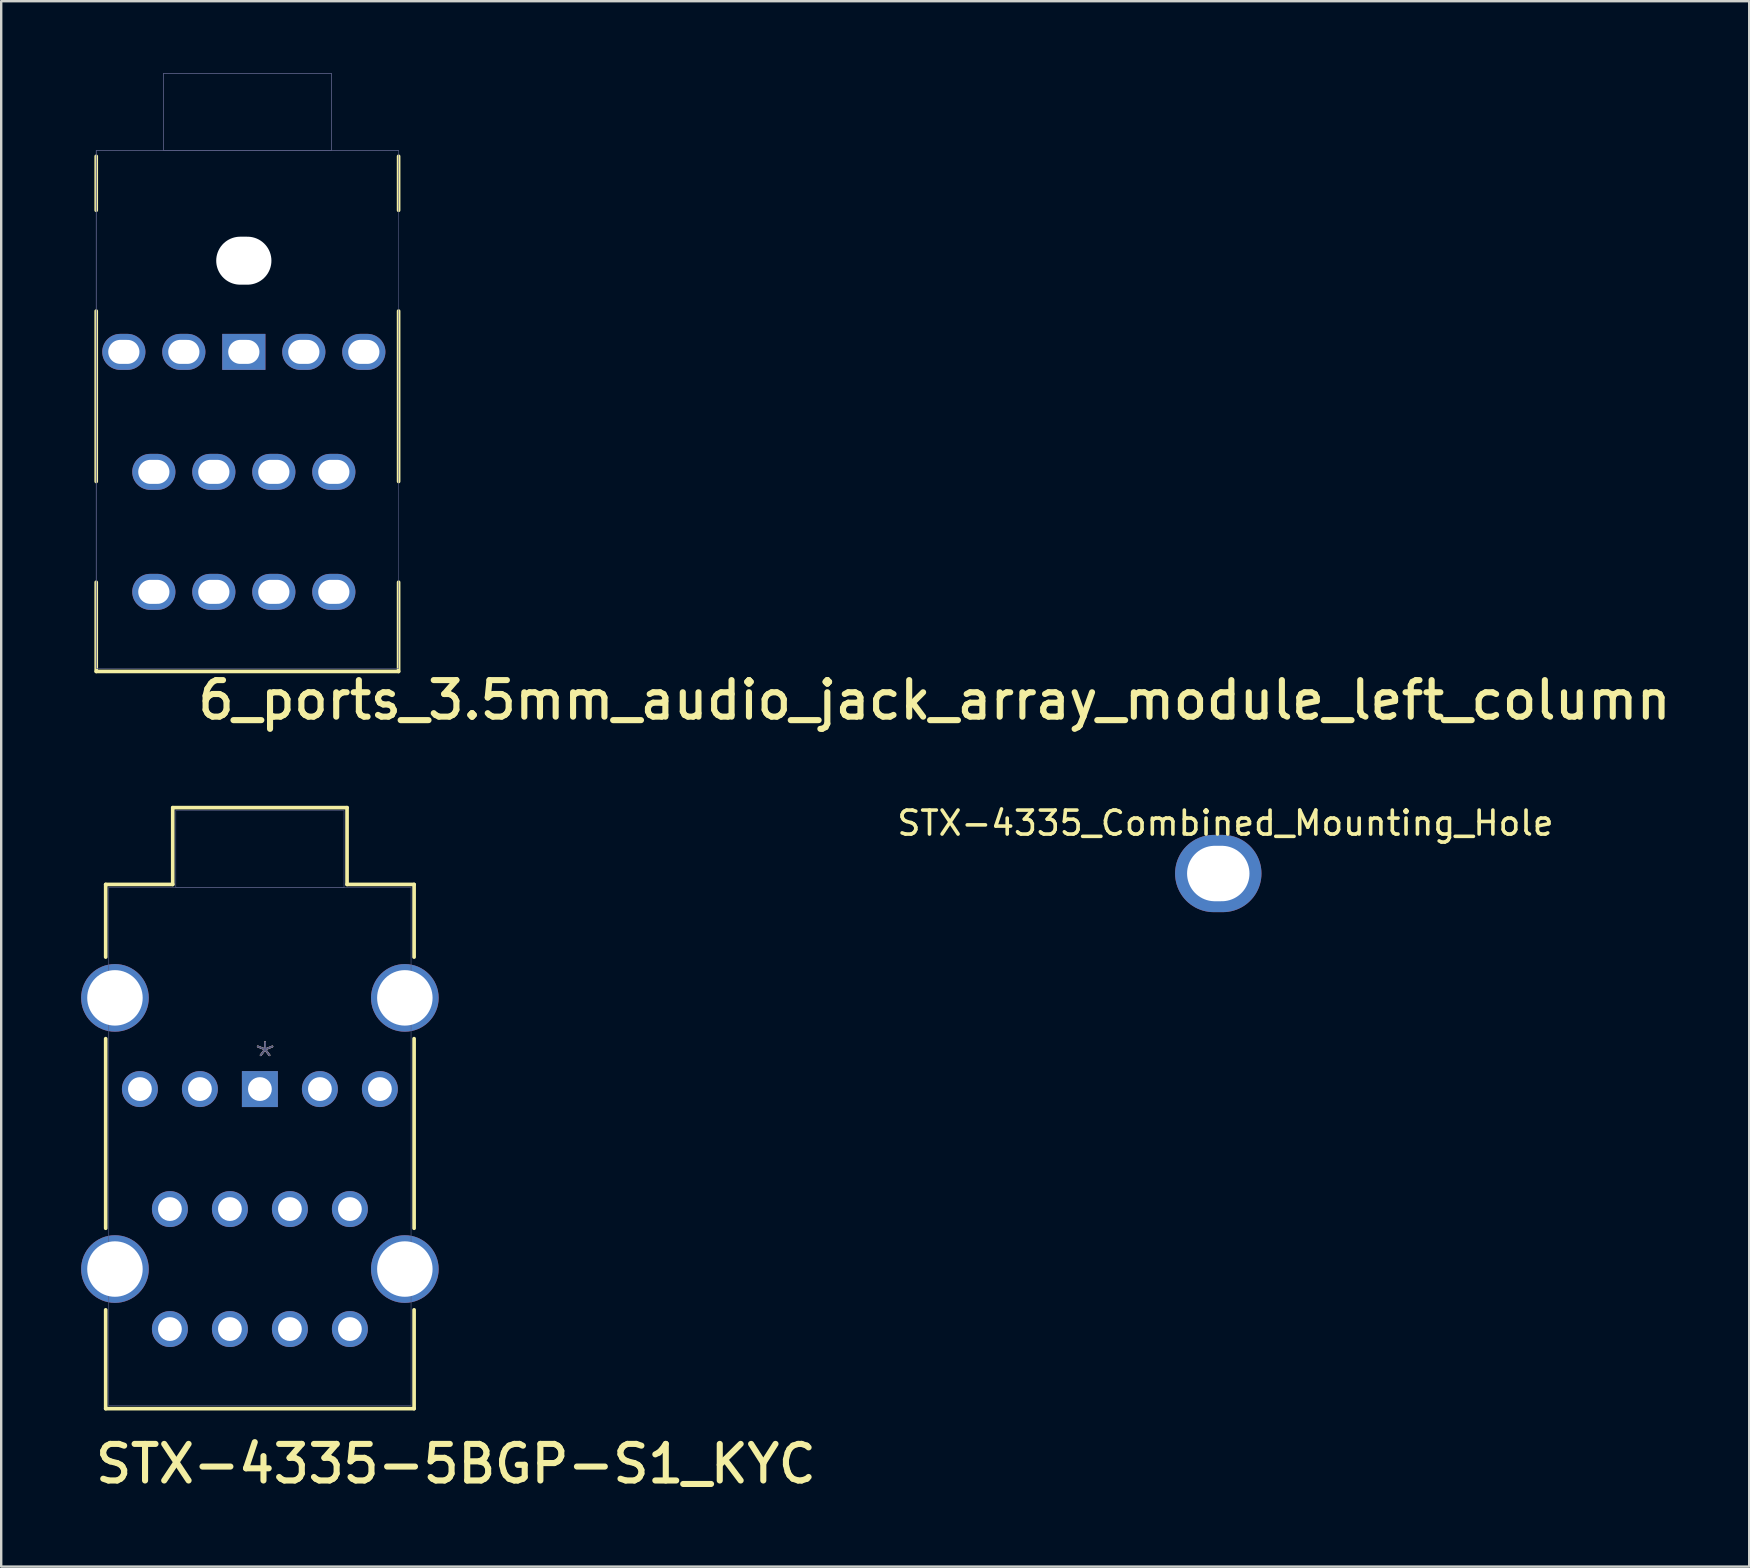
<source format=kicad_pcb>
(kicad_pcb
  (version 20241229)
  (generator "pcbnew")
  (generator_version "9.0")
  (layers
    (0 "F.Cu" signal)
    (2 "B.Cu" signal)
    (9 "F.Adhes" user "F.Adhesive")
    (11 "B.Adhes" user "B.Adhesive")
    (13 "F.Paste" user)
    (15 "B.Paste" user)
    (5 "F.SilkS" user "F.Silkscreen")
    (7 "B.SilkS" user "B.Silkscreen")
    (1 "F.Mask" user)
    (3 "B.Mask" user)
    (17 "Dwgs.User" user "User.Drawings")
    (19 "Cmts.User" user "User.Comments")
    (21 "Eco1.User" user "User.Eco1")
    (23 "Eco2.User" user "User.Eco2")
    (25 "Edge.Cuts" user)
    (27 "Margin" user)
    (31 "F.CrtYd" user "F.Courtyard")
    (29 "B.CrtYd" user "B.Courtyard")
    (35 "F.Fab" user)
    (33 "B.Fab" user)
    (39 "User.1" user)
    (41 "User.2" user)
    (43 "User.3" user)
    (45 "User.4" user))
  (footprint "STX-4335-5BGP-S1_KYC"
    (layer "F.Cu")
    (at 7.78 42.332)
    (property "Reference" "STX-4335-5BGP-S1_KYC" (at -6.985 16.51 0) (unlocked yes) (layer "F.SilkS") (effects (font (size 1.524 1.524) (thickness 0.254)) (justify left bottom)))
    (fp_line (start -6.426 -8.527) (end -6.426 -5.499) (stroke (width 0.152) (type solid)) (layer "F.SilkS"))
    (fp_line (start -6.426 -8.527) (end -3.632 -8.527) (stroke (width 0.152) (type solid)) (layer "F.SilkS"))
    (fp_line (start -6.426 -2.101) (end -6.426 5.801) (stroke (width 0.152) (type solid)) (layer "F.SilkS"))
    (fp_line (start -6.426 9.199) (end -6.426 13.317) (stroke (width 0.152) (type solid)) (layer "F.SilkS"))
    (fp_line (start -6.426 13.317) (end 6.426 13.317) (stroke (width 0.152) (type solid)) (layer "F.SilkS"))
    (fp_line (start -3.632 -11.727) (end -3.632 -8.527) (stroke (width 0.152) (type solid)) (layer "F.SilkS"))
    (fp_line (start -3.632 -11.727) (end 3.632 -11.727) (stroke (width 0.152) (type solid)) (layer "F.SilkS"))
    (fp_line (start 3.632 -11.727) (end 3.632 -8.527) (stroke (width 0.152) (type solid)) (layer "F.SilkS"))
    (fp_line (start 3.632 -8.527) (end 6.426 -8.527) (stroke (width 0.152) (type solid)) (layer "F.SilkS"))
    (fp_line (start 6.426 -8.527) (end 6.426 -5.499) (stroke (width 0.152) (type solid)) (layer "F.SilkS"))
    (fp_line (start 6.426 -2.101) (end 6.426 5.801) (stroke (width 0.152) (type solid)) (layer "F.SilkS"))
    (fp_line (start 6.426 9.199) (end 6.426 13.317) (stroke (width 0.152) (type solid)) (layer "F.SilkS"))
    (fp_line (start -7.704 -5.464) (end -7.704 -2.136) (stroke (width 0.152) (type solid)) (layer "Eco1.User"))
    (fp_line (start -7.704 -5.464) (end -6.553 -5.464) (stroke (width 0.152) (type solid)) (layer "Eco1.User"))
    (fp_line (start -7.704 -2.136) (end -6.553 -2.136) (stroke (width 0.152) (type solid)) (layer "Eco1.User"))
    (fp_line (start -7.704 5.836) (end -7.704 9.164) (stroke (width 0.152) (type solid)) (layer "Eco1.User"))
    (fp_line (start -7.704 5.836) (end -6.553 5.836) (stroke (width 0.152) (type solid)) (layer "Eco1.User"))
    (fp_line (start -7.704 9.164) (end -6.553 9.164) (stroke (width 0.152) (type solid)) (layer "Eco1.User"))
    (fp_line (start -6.553 -8.654) (end -6.553 -5.464) (stroke (width 0.152) (type solid)) (layer "Eco1.User"))
    (fp_line (start -6.553 -8.654) (end -3.759 -8.654) (stroke (width 0.152) (type solid)) (layer "Eco1.User"))
    (fp_line (start -6.553 -2.136) (end -6.553 5.836) (stroke (width 0.152) (type solid)) (layer "Eco1.User"))
    (fp_line (start -6.553 9.164) (end -6.553 13.444) (stroke (width 0.152) (type solid)) (layer "Eco1.User"))
    (fp_line (start -6.553 13.444) (end 6.553 13.444) (stroke (width 0.152) (type solid)) (layer "Eco1.User"))
    (fp_line (start -3.759 -11.854) (end -3.759 -8.654) (stroke (width 0.152) (type solid)) (layer "Eco1.User"))
    (fp_line (start -3.759 -11.854) (end 3.759 -11.854) (stroke (width 0.152) (type solid)) (layer "Eco1.User"))
    (fp_line (start 3.759 -11.854) (end 3.759 -8.654) (stroke (width 0.152) (type solid)) (layer "Eco1.User"))
    (fp_line (start 3.759 -8.654) (end 6.553 -8.654) (stroke (width 0.152) (type solid)) (layer "Eco1.User"))
    (fp_line (start 6.553 -8.654) (end 6.553 -5.464) (stroke (width 0.152) (type solid)) (layer "Eco1.User"))
    (fp_line (start 6.553 -5.464) (end 7.704 -5.464) (stroke (width 0.152) (type solid)) (layer "Eco1.User"))
    (fp_line (start 6.553 -2.136) (end 6.553 5.836) (stroke (width 0.152) (type solid)) (layer "Eco1.User"))
    (fp_line (start 6.553 -2.136) (end 7.704 -2.136) (stroke (width 0.152) (type solid)) (layer "Eco1.User"))
    (fp_line (start 6.553 5.836) (end 7.704 5.836) (stroke (width 0.152) (type solid)) (layer "Eco1.User"))
    (fp_line (start 6.553 9.164) (end 6.553 13.444) (stroke (width 0.152) (type solid)) (layer "Eco1.User"))
    (fp_line (start 6.553 9.164) (end 7.704 9.164) (stroke (width 0.152) (type solid)) (layer "Eco1.User"))
    (fp_line (start 7.704 -5.464) (end 7.704 -2.136) (stroke (width 0.152) (type solid)) (layer "Eco1.User"))
    (fp_line (start 7.704 5.836) (end 7.704 9.164) (stroke (width 0.152) (type solid)) (layer "Eco1.User"))
    (fp_line (start -6.299 -8.4) (end -6.299 13.19) (stroke (width 0.025) (type solid)) (layer "B.Fab"))
    (fp_line (start -6.299 -8.4) (end 6.299 -8.4) (stroke (width 0.025) (type solid)) (layer "B.Fab"))
    (fp_line (start -6.299 13.19) (end 6.299 13.19) (stroke (width 0.025) (type solid)) (layer "B.Fab"))
    (fp_line (start -3.505 -11.6) (end -3.505 -8.4) (stroke (width 0.025) (type solid)) (layer "B.Fab"))
    (fp_line (start -3.505 -11.6) (end 3.505 -11.6) (stroke (width 0.025) (type solid)) (layer "B.Fab"))
    (fp_line (start -3.505 -8.4) (end 3.505 -8.4) (stroke (width 0.025) (type solid)) (layer "B.Fab"))
    (fp_line (start 3.505 -11.6) (end 3.505 -8.4) (stroke (width 0.025) (type solid)) (layer "B.Fab"))
    (fp_line (start 6.299 -8.4) (end 6.299 13.19) (stroke (width 0.025) (type solid)) (layer "B.Fab"))
    (fp_text user "*" (at -0.318 -0.526 0) (unlocked yes) (layer "F.SilkS") (effects (font (size 1.27 1.27) (thickness 0.076)) (justify left bottom)))
    (fp_text user "*" (at -0.318 -0.526 0) (unlocked yes) (layer "B.SilkS") (effects (font (size 1.27 1.27) (thickness 0.076)) (justify left bottom)))
    (fp_text user "*" (at -0.318 -0.526 0) (unlocked yes) (layer "B.Fab") (effects (font (size 1.27 1.27) (thickness 0.076)) (justify left bottom)))
    (pad "1" thru_hole rect (at 0 0) (size 1.499 1.499) (drill 0.991) (layers "*.Cu" "*.Mask"))
    (pad "2" thru_hole circle (at 5 -0.000036) (size 1.499 1.499) (drill 0.991) (layers "*.Cu" "*.Mask"))
    (pad "3" thru_hole circle (at 2.5 -0.000036) (size 1.499 1.499) (drill 0.991) (layers "*.Cu" "*.Mask"))
    (pad "4" thru_hole circle (at -2.5 -0.000036) (size 1.499 1.499) (drill 0.991) (layers "*.Cu" "*.Mask"))
    (pad "5" thru_hole circle (at -5 -0.000036) (size 1.499 1.499) (drill 0.991) (layers "*.Cu" "*.Mask"))
    (pad "22" thru_hole circle (at 3.75 5) (size 1.499 1.499) (drill 0.991) (layers "*.Cu" "*.Mask"))
    (pad "23" thru_hole circle (at 1.25 5) (size 1.499 1.499) (drill 0.991) (layers "*.Cu" "*.Mask"))
    (pad "24" thru_hole circle (at -1.25 5) (size 1.499 1.499) (drill 0.991) (layers "*.Cu" "*.Mask"))
    (pad "25" thru_hole circle (at -3.75 5) (size 1.499 1.499) (drill 0.991) (layers "*.Cu" "*.Mask"))
    (pad "32" thru_hole circle (at 3.75 10) (size 1.499 1.499) (drill 0.991) (layers "*.Cu" "*.Mask"))
    (pad "33" thru_hole circle (at 1.25 10) (size 1.499 1.499) (drill 0.991) (layers "*.Cu" "*.Mask"))
    (pad "34" thru_hole circle (at -1.25 10) (size 1.499 1.499) (drill 0.991) (layers "*.Cu" "*.Mask"))
    (pad "35" thru_hole circle (at -3.75 10) (size 1.499 1.499) (drill 0.991) (layers "*.Cu" "*.Mask"))
    (pad "M1" thru_hole circle (at -6.04 -3.8) (size 2.819 2.819) (drill 2.311) (layers "*.Cu" "*.Mask"))
    (pad "M2" thru_hole circle (at 6.04 -3.8) (size 2.819 2.819) (drill 2.311) (layers "*.Cu" "*.Mask"))
    (pad "M3" thru_hole circle (at -6.04 7.5) (size 2.819 2.819) (drill 2.311) (layers "*.Cu" "*.Mask"))
    (pad "M4" thru_hole circle (at 6.04 7.5) (size 2.819 2.819) (drill 2.311) (layers "*.Cu" "*.Mask")))
  (footprint "6_ports_3.5mm_audio_jack_array_module_left_column"
    (layer "F.Cu")
    (at 0.96 11.613)
    (property "Reference" "6_ports_3.5mm_audio_jack_array_module_left_column" (at 4.1 15.4 0) (unlocked yes) (layer "F.SilkS") (effects (font (size 1.524 1.524) (thickness 0.254)) (justify left bottom)))
    (fp_line (start 0 -8.15) (end 0 -5.899) (stroke (width 0.152) (type solid)) (layer "F.SilkS"))
    (fp_line (start 0 -1.701) (end 0 5.401) (stroke (width 0.152) (type solid)) (layer "F.SilkS"))
    (fp_line (start 0 9.599) (end 0 13.317) (stroke (width 0.152) (type solid)) (layer "F.SilkS"))
    (fp_line (start 0 13.317) (end 12.6 13.317) (stroke (width 0.152) (type solid)) (layer "F.SilkS"))
    (fp_line (start 12.6 -8.15) (end 12.6 -5.899) (stroke (width 0.152) (type solid)) (layer "F.SilkS"))
    (fp_line (start 12.6 -1.701) (end 12.6 5.401) (stroke (width 0.152) (type solid)) (layer "F.SilkS"))
    (fp_line (start 12.6 9.599) (end 12.6 13.317) (stroke (width 0.152) (type solid)) (layer "F.SilkS"))
    (fp_line (start -0.001 -8.4) (end -0.001 13.19) (stroke (width 0.025) (type solid)) (layer "B.Fab"))
    (fp_line (start 0.001 -8.4) (end 0.001 13.19) (stroke (width 0.025) (type solid)) (layer "B.Fab"))
    (fp_line (start 0.001 -8.4) (end 12.599 -8.4) (stroke (width 0.025) (type solid)) (layer "B.Fab"))
    (fp_line (start 0.001 -8.4) (end 12.599 -8.4) (stroke (width 0.025) (type solid)) (layer "B.Fab"))
    (fp_line (start 0.001 13.19) (end 12.599 13.19) (stroke (width 0.025) (type solid)) (layer "B.Fab"))
    (fp_line (start 2.795 -11.6) (end 2.795 -8.4) (stroke (width 0.025) (type solid)) (layer "B.Fab"))
    (fp_line (start 2.795 -11.6) (end 2.795 -8.4) (stroke (width 0.025) (type solid)) (layer "B.Fab"))
    (fp_line (start 2.795 -11.6) (end 9.805 -11.6) (stroke (width 0.025) (type solid)) (layer "B.Fab"))
    (fp_line (start 2.795 -11.6) (end 9.805 -11.6) (stroke (width 0.025) (type solid)) (layer "B.Fab"))
    (fp_line (start 2.795 -8.4) (end 9.805 -8.4) (stroke (width 0.025) (type solid)) (layer "B.Fab"))
    (fp_line (start 2.795 -8.4) (end 9.805 -8.4) (stroke (width 0.025) (type solid)) (layer "B.Fab"))
    (fp_line (start 9.805 -11.6) (end 9.805 -8.4) (stroke (width 0.025) (type solid)) (layer "B.Fab"))
    (fp_line (start 9.805 -11.6) (end 9.805 -8.4) (stroke (width 0.025) (type solid)) (layer "B.Fab"))
    (fp_line (start 12.599 -8.4) (end 12.599 13.19) (stroke (width 0.025) (type solid)) (layer "B.Fab"))
    (fp_circle (center 1.3 0) (end 1.4 0.2) (stroke (width 0.12) (type solid)) (fill no) (layer "User.1"))
    (fp_circle (center 6.3 0) (end 6.5 0.2) (stroke (width 0.12) (type solid)) (fill no) (layer "User.1"))
    (fp_circle (center 0.25 -3.8) (end 1.4 -3.8) (stroke (width 0.12) (type solid)) (fill no) (layer "User.2"))
    (fp_circle (center 0.25 7.5) (end 1.4 7.5) (stroke (width 0.12) (type solid)) (fill no) (layer "User.2"))
    (fp_circle (center 1 0) (end 1.2 0.1) (stroke (width 0.12) (type solid)) (fill no) (layer "User.2"))
    (fp_circle (center 6 0) (end 6.2 0.1) (stroke (width 0.12) (type solid)) (fill no) (layer "User.2"))
    (fp_circle (center 12.35 -3.8) (end 13.5 -3.8) (stroke (width 0.12) (type solid)) (fill no) (layer "User.2"))
    (fp_circle (center 12.35 7.5) (end 13.5 7.5) (stroke (width 0.12) (type solid)) (fill no) (layer "User.2"))
    (pad "" np_thru_hole oval (at 6.15 -3.8) (size 2.3 2) (drill oval 2.3 2) (layers "*.Cu" "*.Mask"))
    (pad "1A" thru_hole rect (at 6.15 0) (size 1.8 1.499) (drill oval 1.3 1) (layers "*.Cu" "*.Mask"))
    (pad "2A" thru_hole oval (at 11.15 -0.000036) (size 1.8 1.5) (drill oval 1.3 1) (layers "*.Cu" "*.Mask"))
    (pad "3A" thru_hole oval (at 8.65 -0.000036) (size 1.8 1.5) (drill oval 1.3 1) (layers "*.Cu" "*.Mask"))
    (pad "4A" thru_hole oval (at 3.65 -0.000036) (size 1.8 1.5) (drill oval 1.3 1) (layers "*.Cu" "*.Mask"))
    (pad "5A" thru_hole oval (at 1.15 -0.000036) (size 1.8 1.5) (drill oval 1.3 1) (layers "*.Cu" "*.Mask"))
    (pad "22A" thru_hole oval (at 9.9 5) (size 1.8 1.5) (drill oval 1.3 1) (layers "*.Cu" "*.Mask"))
    (pad "23A" thru_hole oval (at 7.4 5) (size 1.8 1.5) (drill oval 1.3 1) (layers "*.Cu" "*.Mask"))
    (pad "24A" thru_hole oval (at 4.9 5) (size 1.8 1.5) (drill oval 1.3 1) (layers "*.Cu" "*.Mask"))
    (pad "25A" thru_hole oval (at 2.4 5) (size 1.8 1.5) (drill oval 1.3 1) (layers "*.Cu" "*.Mask"))
    (pad "32A" thru_hole oval (at 9.9 10) (size 1.8 1.5) (drill oval 1.3 1) (layers "*.Cu" "*.Mask"))
    (pad "33A" thru_hole oval (at 7.4 10) (size 1.8 1.5) (drill oval 1.3 1) (layers "*.Cu" "*.Mask"))
    (pad "34A" thru_hole oval (at 4.9 10) (size 1.8 1.5) (drill oval 1.3 1) (layers "*.Cu" "*.Mask"))
    (pad "35A" thru_hole oval (at 2.4 10) (size 1.8 1.5) (drill oval 1.3 1) (layers "*.Cu" "*.Mask")))
  (footprint "STX-4335_Combined_Mounting_Hole"
    (layer "F.Cu")
    (at 47.716 33.35)
    (property "Reference" "STX-4335_Combined_Mounting_Hole" (at 0.3 -2.1 0) (unlocked yes) (layer "F.SilkS") (effects (font (size 1 1) (thickness 0.15))))
    (attr through_hole)
    (pad "M4" thru_hole oval (at 0 0) (size 3.6 3.219) (drill oval 2.6 2.311) (layers "*.Cu" "*.Mask")))
  (gr_rect
    (start -3 -3)
    (end 69.84 62.231)
    (stroke (width 0.1) (type default))
    (fill no)
    (layer "Edge.Cuts")))
</source>
